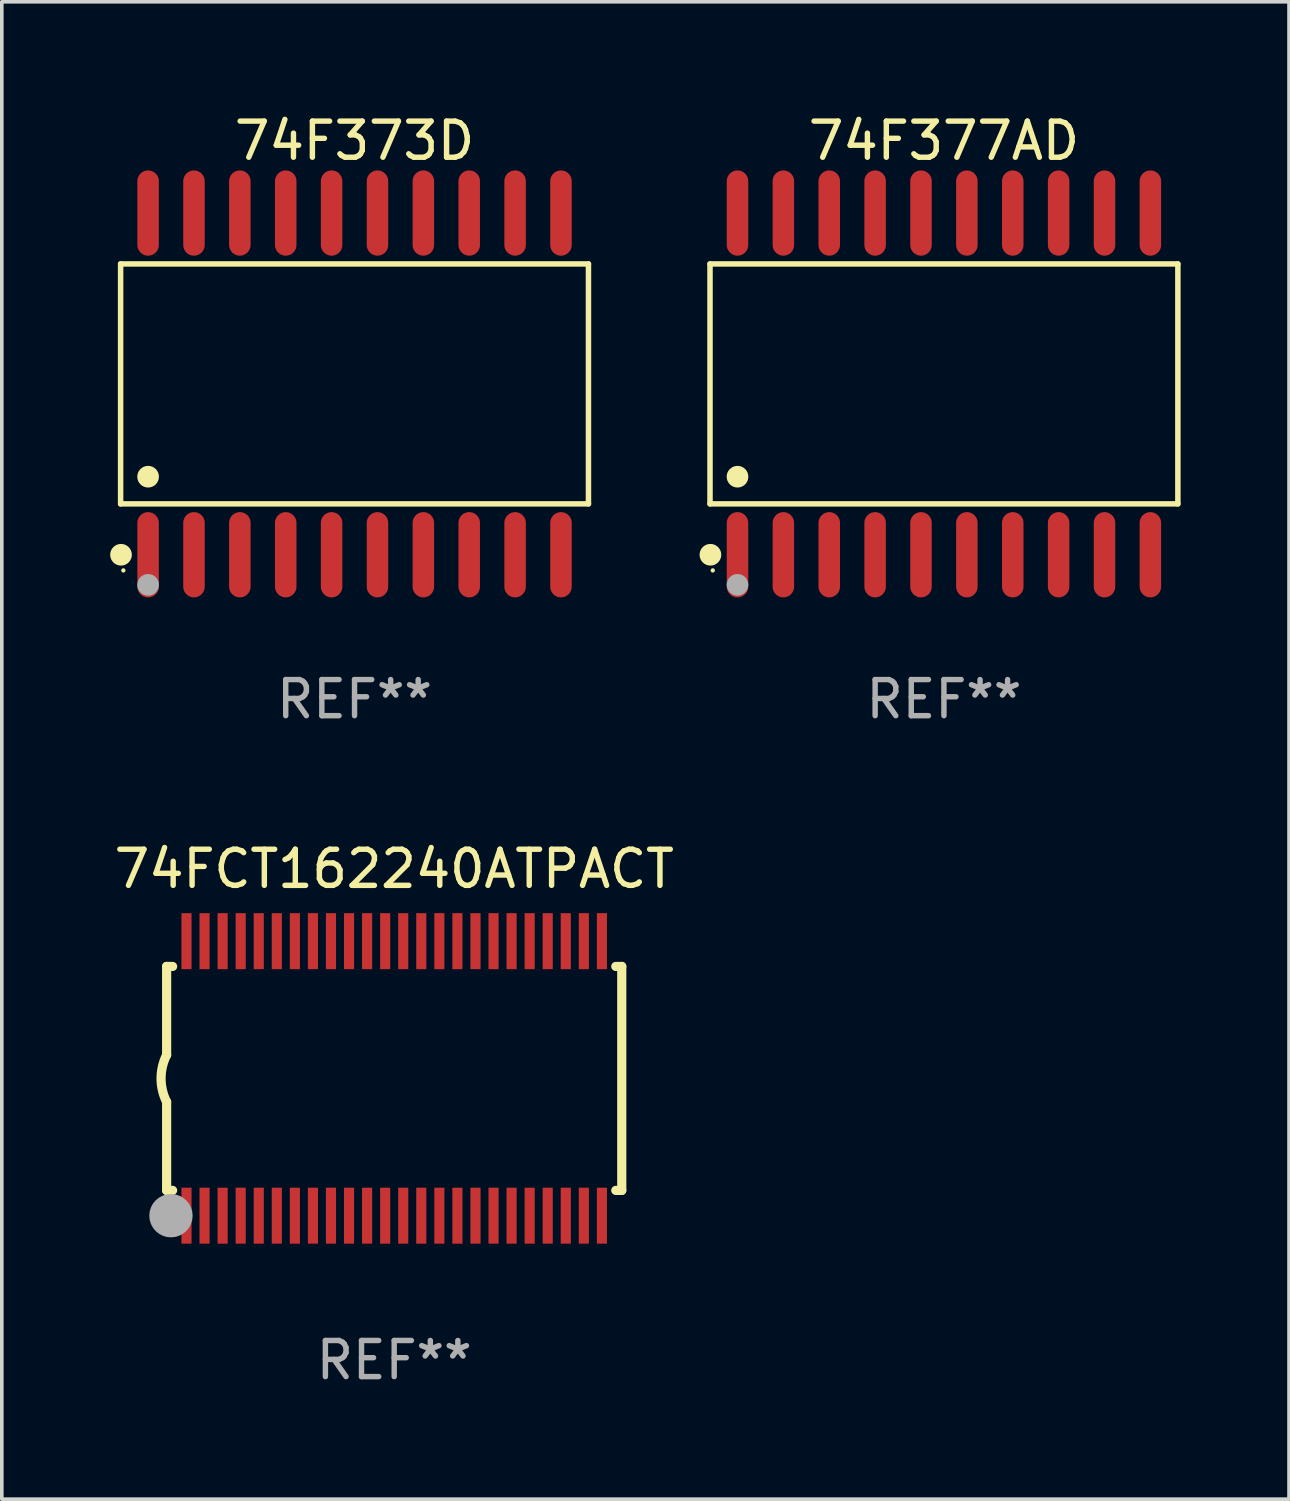
<source format=kicad_pcb>
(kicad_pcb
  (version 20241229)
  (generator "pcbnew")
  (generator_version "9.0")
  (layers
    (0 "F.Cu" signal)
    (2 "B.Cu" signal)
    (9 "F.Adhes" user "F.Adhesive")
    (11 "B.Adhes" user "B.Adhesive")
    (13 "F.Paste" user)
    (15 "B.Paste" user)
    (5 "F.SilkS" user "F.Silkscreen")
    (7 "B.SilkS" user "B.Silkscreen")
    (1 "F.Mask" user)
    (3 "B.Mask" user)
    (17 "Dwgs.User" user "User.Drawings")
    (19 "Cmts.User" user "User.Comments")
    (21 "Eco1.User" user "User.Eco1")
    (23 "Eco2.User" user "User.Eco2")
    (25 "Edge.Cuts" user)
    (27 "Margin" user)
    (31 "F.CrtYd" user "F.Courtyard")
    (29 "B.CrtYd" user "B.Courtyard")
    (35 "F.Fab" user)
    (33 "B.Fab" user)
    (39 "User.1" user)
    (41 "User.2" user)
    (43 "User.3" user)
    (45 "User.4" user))
  (footprint "74FCT162240ATPACT"
    (layer "F.Cu")
    (at 7.863 26.805)
    (property "Reference" "74FCT162240ATPACT" (at 0 -5.8 0) (layer "F.SilkS") (effects (font (size 1 1) (thickness 0.15))))
    (attr through_hole)
    (fp_line (start -6.3 -3.1) (end -6.3 -0.65) (stroke (width 0.254) (type solid)) (layer "F.SilkS"))
    (fp_line (start -6.3 -3.1) (end -6.134 -3.1) (stroke (width 0.254) (type solid)) (layer "F.SilkS"))
    (fp_line (start -6.3 3.1) (end -6.3 0.65) (stroke (width 0.254) (type solid)) (layer "F.SilkS"))
    (fp_line (start -6.3 3.1) (end -6.134 3.1) (stroke (width 0.254) (type solid)) (layer "F.SilkS"))
    (fp_line (start 6.134 -3.1) (end 6.3 -3.1) (stroke (width 0.254) (type solid)) (layer "F.SilkS"))
    (fp_line (start 6.134 3.1) (end 6.3 3.1) (stroke (width 0.254) (type solid)) (layer "F.SilkS"))
    (fp_line (start 6.3 -3.1) (end 6.3 3.1) (stroke (width 0.254) (type solid)) (layer "F.SilkS"))
    (fp_arc (start -6.301016 0.650114) (mid -6.45413 -0.000082) (end -6.3 -0.650038) (stroke (width 0.254001) (type solid)) (layer "F.SilkS"))
    (fp_circle (center -6.35 3.81) (end -6.223 3.81) (stroke (width 0.254) (type solid)) (fill no) (layer "F.SilkS"))
    (fp_circle (center -6.25 4.05) (end -6.22 4.05) (stroke (width 0.06) (type solid)) (fill no) (layer "F.SilkS"))
    (fp_circle (center -6.18 3.8) (end -5.88 3.8) (stroke (width 0.6) (type solid)) (fill no) (layer "F.Fab"))
    (fp_text user "REF**" (at 0 7.8 0) (layer "F.Fab") (effects (font (size 1 1) (thickness 0.15))))
    (pad "1" smd rect (at -5.75 3.8) (size 0.28 1.55) (layers "F.Cu" "F.Mask" "F.Paste"))
    (pad "2" smd rect (at -5.25 3.8) (size 0.28 1.55) (layers "F.Cu" "F.Mask" "F.Paste"))
    (pad "3" smd rect (at -4.75 3.8) (size 0.28 1.55) (layers "F.Cu" "F.Mask" "F.Paste"))
    (pad "4" smd rect (at -4.25 3.8) (size 0.28 1.55) (layers "F.Cu" "F.Mask" "F.Paste"))
    (pad "5" smd rect (at -3.75 3.8) (size 0.28 1.55) (layers "F.Cu" "F.Mask" "F.Paste"))
    (pad "6" smd rect (at -3.25 3.8) (size 0.28 1.55) (layers "F.Cu" "F.Mask" "F.Paste"))
    (pad "7" smd rect (at -2.75 3.8) (size 0.28 1.55) (layers "F.Cu" "F.Mask" "F.Paste"))
    (pad "8" smd rect (at -2.25 3.8) (size 0.28 1.55) (layers "F.Cu" "F.Mask" "F.Paste"))
    (pad "9" smd rect (at -1.75 3.8) (size 0.28 1.55) (layers "F.Cu" "F.Mask" "F.Paste"))
    (pad "10" smd rect (at -1.25 3.8) (size 0.28 1.55) (layers "F.Cu" "F.Mask" "F.Paste"))
    (pad "11" smd rect (at -0.75 3.8) (size 0.28 1.55) (layers "F.Cu" "F.Mask" "F.Paste"))
    (pad "12" smd rect (at -0.25 3.8) (size 0.28 1.55) (layers "F.Cu" "F.Mask" "F.Paste"))
    (pad "13" smd rect (at 0.25 3.8) (size 0.28 1.55) (layers "F.Cu" "F.Mask" "F.Paste"))
    (pad "14" smd rect (at 0.75 3.8) (size 0.28 1.55) (layers "F.Cu" "F.Mask" "F.Paste"))
    (pad "15" smd rect (at 1.25 3.8) (size 0.28 1.55) (layers "F.Cu" "F.Mask" "F.Paste"))
    (pad "16" smd rect (at 1.75 3.8) (size 0.28 1.55) (layers "F.Cu" "F.Mask" "F.Paste"))
    (pad "17" smd rect (at 2.25 3.8) (size 0.28 1.55) (layers "F.Cu" "F.Mask" "F.Paste"))
    (pad "18" smd rect (at 2.75 3.8) (size 0.28 1.55) (layers "F.Cu" "F.Mask" "F.Paste"))
    (pad "19" smd rect (at 3.25 3.8) (size 0.28 1.55) (layers "F.Cu" "F.Mask" "F.Paste"))
    (pad "20" smd rect (at 3.75 3.8) (size 0.28 1.55) (layers "F.Cu" "F.Mask" "F.Paste"))
    (pad "21" smd rect (at 4.25 3.8) (size 0.28 1.55) (layers "F.Cu" "F.Mask" "F.Paste"))
    (pad "22" smd rect (at 4.75 3.8) (size 0.28 1.55) (layers "F.Cu" "F.Mask" "F.Paste"))
    (pad "23" smd rect (at 5.25 3.8) (size 0.28 1.55) (layers "F.Cu" "F.Mask" "F.Paste"))
    (pad "24" smd rect (at 5.75 3.8) (size 0.28 1.55) (layers "F.Cu" "F.Mask" "F.Paste"))
    (pad "25" smd rect (at 5.75 -3.8) (size 0.28 1.55) (layers "F.Cu" "F.Mask" "F.Paste"))
    (pad "26" smd rect (at 5.25 -3.8) (size 0.28 1.55) (layers "F.Cu" "F.Mask" "F.Paste"))
    (pad "27" smd rect (at 4.75 -3.8) (size 0.28 1.55) (layers "F.Cu" "F.Mask" "F.Paste"))
    (pad "28" smd rect (at 4.25 -3.8) (size 0.28 1.55) (layers "F.Cu" "F.Mask" "F.Paste"))
    (pad "29" smd rect (at 3.75 -3.8) (size 0.28 1.55) (layers "F.Cu" "F.Mask" "F.Paste"))
    (pad "30" smd rect (at 3.25 -3.8) (size 0.28 1.55) (layers "F.Cu" "F.Mask" "F.Paste"))
    (pad "31" smd rect (at 2.75 -3.8) (size 0.28 1.55) (layers "F.Cu" "F.Mask" "F.Paste"))
    (pad "32" smd rect (at 2.25 -3.8) (size 0.28 1.55) (layers "F.Cu" "F.Mask" "F.Paste"))
    (pad "33" smd rect (at 1.75 -3.8) (size 0.28 1.55) (layers "F.Cu" "F.Mask" "F.Paste"))
    (pad "34" smd rect (at 1.25 -3.8) (size 0.28 1.55) (layers "F.Cu" "F.Mask" "F.Paste"))
    (pad "35" smd rect (at 0.75 -3.8) (size 0.28 1.55) (layers "F.Cu" "F.Mask" "F.Paste"))
    (pad "36" smd rect (at 0.25 -3.8) (size 0.28 1.55) (layers "F.Cu" "F.Mask" "F.Paste"))
    (pad "37" smd rect (at -0.25 -3.8) (size 0.28 1.55) (layers "F.Cu" "F.Mask" "F.Paste"))
    (pad "38" smd rect (at -0.75 -3.8) (size 0.28 1.55) (layers "F.Cu" "F.Mask" "F.Paste"))
    (pad "39" smd rect (at -1.25 -3.8) (size 0.28 1.55) (layers "F.Cu" "F.Mask" "F.Paste"))
    (pad "40" smd rect (at -1.75 -3.8) (size 0.28 1.55) (layers "F.Cu" "F.Mask" "F.Paste"))
    (pad "41" smd rect (at -2.25 -3.8) (size 0.28 1.55) (layers "F.Cu" "F.Mask" "F.Paste"))
    (pad "42" smd rect (at -2.75 -3.8) (size 0.28 1.55) (layers "F.Cu" "F.Mask" "F.Paste"))
    (pad "43" smd rect (at -3.25 -3.8) (size 0.28 1.55) (layers "F.Cu" "F.Mask" "F.Paste"))
    (pad "44" smd rect (at -3.75 -3.8) (size 0.28 1.55) (layers "F.Cu" "F.Mask" "F.Paste"))
    (pad "45" smd rect (at -4.25 -3.8) (size 0.28 1.55) (layers "F.Cu" "F.Mask" "F.Paste"))
    (pad "46" smd rect (at -4.75 -3.8) (size 0.28 1.55) (layers "F.Cu" "F.Mask" "F.Paste"))
    (pad "47" smd rect (at -5.25 -3.8) (size 0.28 1.55) (layers "F.Cu" "F.Mask" "F.Paste"))
    (pad "48" smd rect (at -5.75 -3.8) (size 0.28 1.55) (layers "F.Cu" "F.Mask" "F.Paste")))
  (footprint "74F377AD"
    (layer "F.Cu")
    (at 23.082 7.578)
    (property "Reference" "74F377AD" (at 0 -6.73 0) (layer "F.SilkS") (effects (font (size 1 1) (thickness 0.15))))
    (attr through_hole)
    (fp_line (start -6.476 -3.321) (end 6.476 -3.321) (stroke (width 0.152) (type solid)) (layer "F.SilkS"))
    (fp_line (start -6.476 3.321) (end -6.476 -3.321) (stroke (width 0.152) (type solid)) (layer "F.SilkS"))
    (fp_line (start 6.476 -3.321) (end 6.476 3.321) (stroke (width 0.152) (type solid)) (layer "F.SilkS"))
    (fp_line (start 6.476 3.321) (end -6.476 3.321) (stroke (width 0.152) (type solid)) (layer "F.SilkS"))
    (fp_circle (center -6.465 4.73) (end -6.315 4.73) (stroke (width 0.3) (type solid)) (fill no) (layer "F.SilkS"))
    (fp_circle (center -6.4 5.163) (end -6.37 5.163) (stroke (width 0.06) (type solid)) (fill no) (layer "F.SilkS"))
    (fp_circle (center -5.715 2.569) (end -5.565 2.569) (stroke (width 0.3) (type solid)) (fill no) (layer "F.SilkS"))
    (fp_circle (center -5.715 5.563) (end -5.565 5.563) (stroke (width 0.3) (type solid)) (fill no) (layer "F.Fab"))
    (fp_text user "REF**" (at 0 8.73 0) (layer "F.Fab") (effects (font (size 1 1) (thickness 0.15))))
    (pad "1" smd oval (at -5.715 4.73) (size 0.595 2.36) (layers "F.Cu" "F.Mask" "F.Paste"))
    (pad "2" smd oval (at -4.445 4.73) (size 0.595 2.36) (layers "F.Cu" "F.Mask" "F.Paste"))
    (pad "3" smd oval (at -3.175 4.73) (size 0.595 2.36) (layers "F.Cu" "F.Mask" "F.Paste"))
    (pad "4" smd oval (at -1.905 4.73) (size 0.595 2.36) (layers "F.Cu" "F.Mask" "F.Paste"))
    (pad "5" smd oval (at -0.635 4.73) (size 0.595 2.36) (layers "F.Cu" "F.Mask" "F.Paste"))
    (pad "6" smd oval (at 0.635 4.73) (size 0.595 2.36) (layers "F.Cu" "F.Mask" "F.Paste"))
    (pad "7" smd oval (at 1.905 4.73) (size 0.595 2.36) (layers "F.Cu" "F.Mask" "F.Paste"))
    (pad "8" smd oval (at 3.175 4.73) (size 0.595 2.36) (layers "F.Cu" "F.Mask" "F.Paste"))
    (pad "9" smd oval (at 4.445 4.73) (size 0.595 2.36) (layers "F.Cu" "F.Mask" "F.Paste"))
    (pad "10" smd oval (at 5.715 4.73) (size 0.595 2.36) (layers "F.Cu" "F.Mask" "F.Paste"))
    (pad "11" smd oval (at 5.715 -4.73) (size 0.595 2.36) (layers "F.Cu" "F.Mask" "F.Paste"))
    (pad "12" smd oval (at 4.445 -4.73) (size 0.595 2.36) (layers "F.Cu" "F.Mask" "F.Paste"))
    (pad "13" smd oval (at 3.175 -4.73) (size 0.595 2.36) (layers "F.Cu" "F.Mask" "F.Paste"))
    (pad "14" smd oval (at 1.905 -4.73) (size 0.595 2.36) (layers "F.Cu" "F.Mask" "F.Paste"))
    (pad "15" smd oval (at 0.635 -4.73) (size 0.595 2.36) (layers "F.Cu" "F.Mask" "F.Paste"))
    (pad "16" smd oval (at -0.635 -4.73) (size 0.595 2.36) (layers "F.Cu" "F.Mask" "F.Paste"))
    (pad "17" smd oval (at -1.905 -4.73) (size 0.595 2.36) (layers "F.Cu" "F.Mask" "F.Paste"))
    (pad "18" smd oval (at -3.175 -4.73) (size 0.595 2.36) (layers "F.Cu" "F.Mask" "F.Paste"))
    (pad "19" smd oval (at -4.445 -4.73) (size 0.595 2.36) (layers "F.Cu" "F.Mask" "F.Paste"))
    (pad "20" smd oval (at -5.715 -4.73) (size 0.595 2.36) (layers "F.Cu" "F.Mask" "F.Paste")))
  (footprint "74F373D"
    (layer "F.Cu")
    (at 6.765 7.578)
    (property "Reference" "74F373D" (at 0 -6.73 0) (layer "F.SilkS") (effects (font (size 1 1) (thickness 0.15))))
    (attr through_hole)
    (fp_line (start -6.476 -3.321) (end 6.476 -3.321) (stroke (width 0.152) (type solid)) (layer "F.SilkS"))
    (fp_line (start -6.476 3.321) (end -6.476 -3.321) (stroke (width 0.152) (type solid)) (layer "F.SilkS"))
    (fp_line (start 6.476 -3.321) (end 6.476 3.321) (stroke (width 0.152) (type solid)) (layer "F.SilkS"))
    (fp_line (start 6.476 3.321) (end -6.476 3.321) (stroke (width 0.152) (type solid)) (layer "F.SilkS"))
    (fp_circle (center -6.465 4.73) (end -6.315 4.73) (stroke (width 0.3) (type solid)) (fill no) (layer "F.SilkS"))
    (fp_circle (center -6.4 5.163) (end -6.37 5.163) (stroke (width 0.06) (type solid)) (fill no) (layer "F.SilkS"))
    (fp_circle (center -5.715 2.569) (end -5.565 2.569) (stroke (width 0.3) (type solid)) (fill no) (layer "F.SilkS"))
    (fp_circle (center -5.715 5.563) (end -5.565 5.563) (stroke (width 0.3) (type solid)) (fill no) (layer "F.Fab"))
    (fp_text user "REF**" (at 0 8.73 0) (layer "F.Fab") (effects (font (size 1 1) (thickness 0.15))))
    (pad "1" smd oval (at -5.715 4.73) (size 0.595 2.36) (layers "F.Cu" "F.Mask" "F.Paste"))
    (pad "2" smd oval (at -4.445 4.73) (size 0.595 2.36) (layers "F.Cu" "F.Mask" "F.Paste"))
    (pad "3" smd oval (at -3.175 4.73) (size 0.595 2.36) (layers "F.Cu" "F.Mask" "F.Paste"))
    (pad "4" smd oval (at -1.905 4.73) (size 0.595 2.36) (layers "F.Cu" "F.Mask" "F.Paste"))
    (pad "5" smd oval (at -0.635 4.73) (size 0.595 2.36) (layers "F.Cu" "F.Mask" "F.Paste"))
    (pad "6" smd oval (at 0.635 4.73) (size 0.595 2.36) (layers "F.Cu" "F.Mask" "F.Paste"))
    (pad "7" smd oval (at 1.905 4.73) (size 0.595 2.36) (layers "F.Cu" "F.Mask" "F.Paste"))
    (pad "8" smd oval (at 3.175 4.73) (size 0.595 2.36) (layers "F.Cu" "F.Mask" "F.Paste"))
    (pad "9" smd oval (at 4.445 4.73) (size 0.595 2.36) (layers "F.Cu" "F.Mask" "F.Paste"))
    (pad "10" smd oval (at 5.715 4.73) (size 0.595 2.36) (layers "F.Cu" "F.Mask" "F.Paste"))
    (pad "11" smd oval (at 5.715 -4.73) (size 0.595 2.36) (layers "F.Cu" "F.Mask" "F.Paste"))
    (pad "12" smd oval (at 4.445 -4.73) (size 0.595 2.36) (layers "F.Cu" "F.Mask" "F.Paste"))
    (pad "13" smd oval (at 3.175 -4.73) (size 0.595 2.36) (layers "F.Cu" "F.Mask" "F.Paste"))
    (pad "14" smd oval (at 1.905 -4.73) (size 0.595 2.36) (layers "F.Cu" "F.Mask" "F.Paste"))
    (pad "15" smd oval (at 0.635 -4.73) (size 0.595 2.36) (layers "F.Cu" "F.Mask" "F.Paste"))
    (pad "16" smd oval (at -0.635 -4.73) (size 0.595 2.36) (layers "F.Cu" "F.Mask" "F.Paste"))
    (pad "17" smd oval (at -1.905 -4.73) (size 0.595 2.36) (layers "F.Cu" "F.Mask" "F.Paste"))
    (pad "18" smd oval (at -3.175 -4.73) (size 0.595 2.36) (layers "F.Cu" "F.Mask" "F.Paste"))
    (pad "19" smd oval (at -4.445 -4.73) (size 0.595 2.36) (layers "F.Cu" "F.Mask" "F.Paste"))
    (pad "20" smd oval (at -5.715 -4.73) (size 0.595 2.36) (layers "F.Cu" "F.Mask" "F.Paste")))
  (gr_rect
    (start -3 -3)
    (end 32.635 38.453)
    (stroke (width 0.1) (type default))
    (fill no)
    (layer "Edge.Cuts")))
</source>
